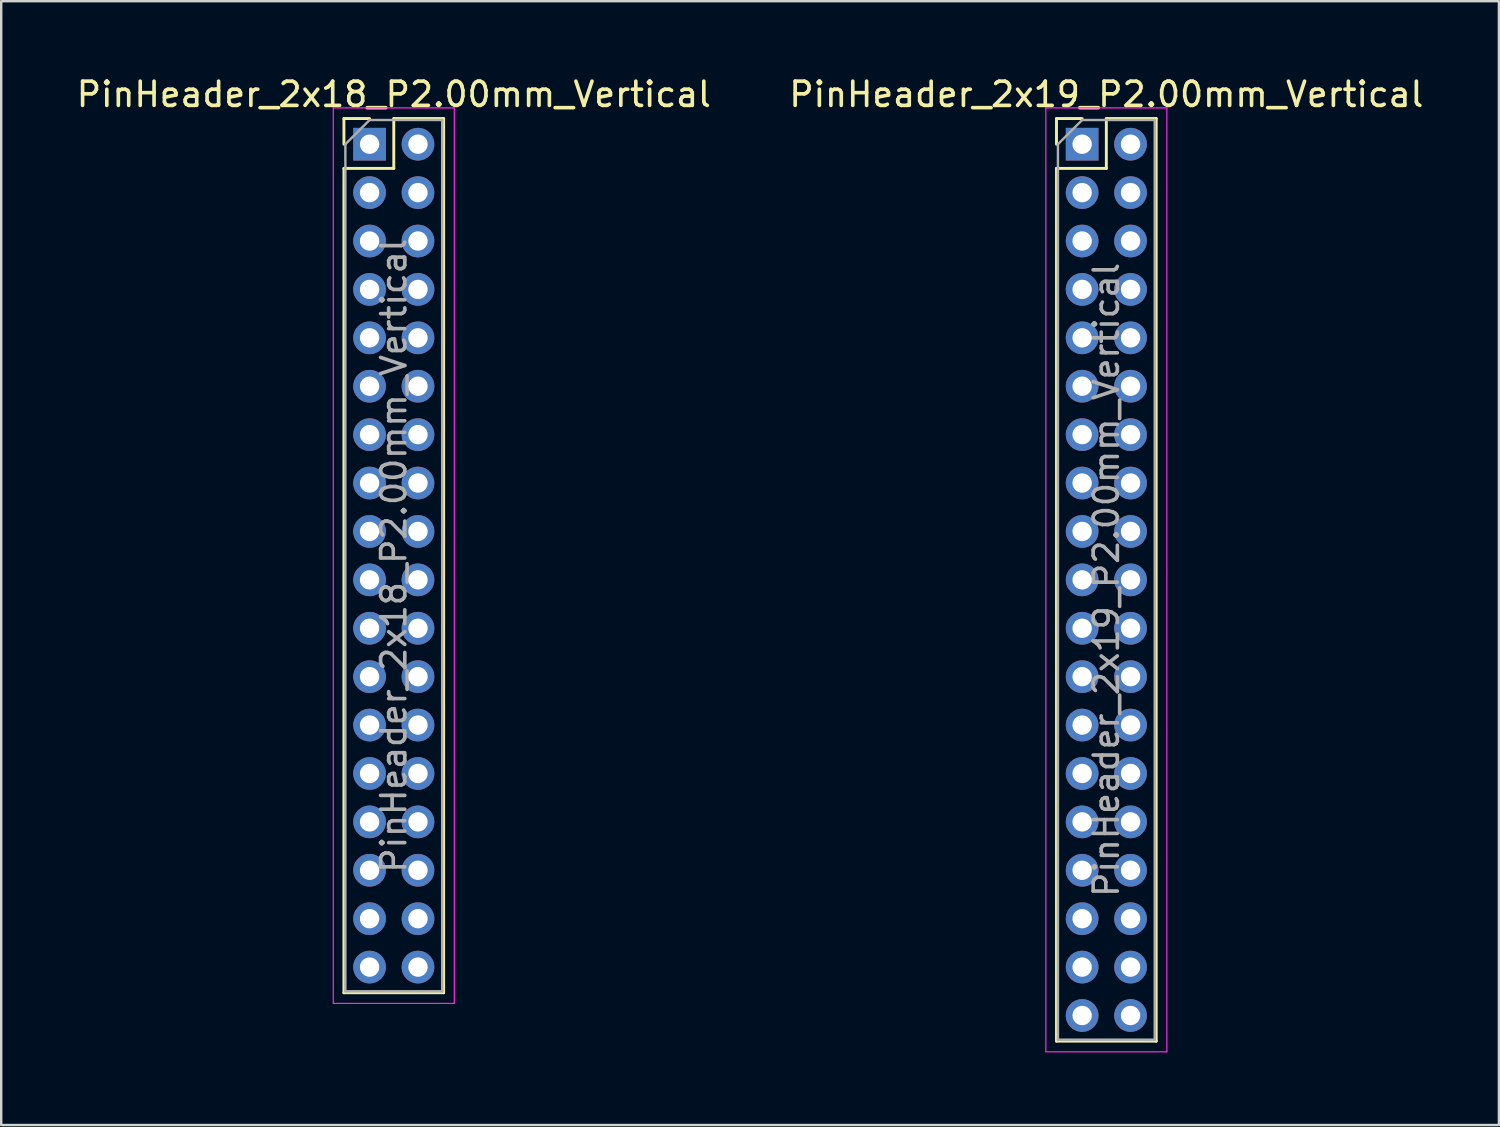
<source format=kicad_pcb>
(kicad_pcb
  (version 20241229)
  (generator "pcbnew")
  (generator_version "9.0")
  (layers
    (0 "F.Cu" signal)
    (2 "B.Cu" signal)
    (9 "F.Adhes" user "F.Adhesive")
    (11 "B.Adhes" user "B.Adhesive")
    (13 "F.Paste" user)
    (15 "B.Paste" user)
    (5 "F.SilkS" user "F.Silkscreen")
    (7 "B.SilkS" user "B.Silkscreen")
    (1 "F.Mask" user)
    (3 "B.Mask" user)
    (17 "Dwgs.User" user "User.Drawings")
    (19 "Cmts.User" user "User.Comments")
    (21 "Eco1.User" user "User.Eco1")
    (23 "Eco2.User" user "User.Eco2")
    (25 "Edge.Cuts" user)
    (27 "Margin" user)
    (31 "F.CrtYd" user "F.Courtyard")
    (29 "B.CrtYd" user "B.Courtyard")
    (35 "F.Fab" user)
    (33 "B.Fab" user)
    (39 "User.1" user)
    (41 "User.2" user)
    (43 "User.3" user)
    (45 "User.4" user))
  (footprint "PinHeader_2x18_P2.00mm_Vertical"
    (layer "F.Cu")
    (at 12.22 2.908)
    (property "Reference" "PinHeader_2x18_P2.00mm_Vertical" (at 1 -2.06 0) (layer "F.SilkS") (effects (font (size 1 1) (thickness 0.15))))
    (attr through_hole)
    (fp_line (start -1.06 -1.06) (end 0 -1.06) (stroke (width 0.12) (type solid)) (layer "F.SilkS"))
    (fp_line (start -1.06 0) (end -1.06 -1.06) (stroke (width 0.12) (type solid)) (layer "F.SilkS"))
    (fp_line (start -1.06 1) (end -1.06 35.06) (stroke (width 0.12) (type solid)) (layer "F.SilkS"))
    (fp_line (start -1.06 1) (end 1 1) (stroke (width 0.12) (type solid)) (layer "F.SilkS"))
    (fp_line (start -1.06 35.06) (end 3.06 35.06) (stroke (width 0.12) (type solid)) (layer "F.SilkS"))
    (fp_line (start 1 -1.06) (end 3.06 -1.06) (stroke (width 0.12) (type solid)) (layer "F.SilkS"))
    (fp_line (start 1 1) (end 1 -1.06) (stroke (width 0.12) (type solid)) (layer "F.SilkS"))
    (fp_line (start 3.06 -1.06) (end 3.06 35.06) (stroke (width 0.12) (type solid)) (layer "F.SilkS"))
    (fp_line (start -1.5 -1.5) (end -1.5 35.5) (stroke (width 0.05) (type solid)) (layer "F.CrtYd"))
    (fp_line (start -1.5 35.5) (end 3.5 35.5) (stroke (width 0.05) (type solid)) (layer "F.CrtYd"))
    (fp_line (start 3.5 -1.5) (end -1.5 -1.5) (stroke (width 0.05) (type solid)) (layer "F.CrtYd"))
    (fp_line (start 3.5 35.5) (end 3.5 -1.5) (stroke (width 0.05) (type solid)) (layer "F.CrtYd"))
    (fp_line (start -1 0) (end 0 -1) (stroke (width 0.1) (type solid)) (layer "F.Fab"))
    (fp_line (start -1 35) (end -1 0) (stroke (width 0.1) (type solid)) (layer "F.Fab"))
    (fp_line (start 0 -1) (end 3 -1) (stroke (width 0.1) (type solid)) (layer "F.Fab"))
    (fp_line (start 3 -1) (end 3 35) (stroke (width 0.1) (type solid)) (layer "F.Fab"))
    (fp_line (start 3 35) (end -1 35) (stroke (width 0.1) (type solid)) (layer "F.Fab"))
    (fp_text user "${REFERENCE}" (at 1 17 90) (layer "F.Fab") (effects (font (size 1 1) (thickness 0.15))))
    (pad "1" thru_hole rect (at 0 0) (size 1.35 1.35) (drill 0.8) (layers "*.Cu" "*.Mask"))
    (pad "2" thru_hole oval (at 2 0) (size 1.35 1.35) (drill 0.8) (layers "*.Cu" "*.Mask"))
    (pad "3" thru_hole oval (at 0 2) (size 1.35 1.35) (drill 0.8) (layers "*.Cu" "*.Mask"))
    (pad "4" thru_hole oval (at 2 2) (size 1.35 1.35) (drill 0.8) (layers "*.Cu" "*.Mask"))
    (pad "5" thru_hole oval (at 0 4) (size 1.35 1.35) (drill 0.8) (layers "*.Cu" "*.Mask"))
    (pad "6" thru_hole oval (at 2 4) (size 1.35 1.35) (drill 0.8) (layers "*.Cu" "*.Mask"))
    (pad "7" thru_hole oval (at 0 6) (size 1.35 1.35) (drill 0.8) (layers "*.Cu" "*.Mask"))
    (pad "8" thru_hole oval (at 2 6) (size 1.35 1.35) (drill 0.8) (layers "*.Cu" "*.Mask"))
    (pad "9" thru_hole oval (at 0 8) (size 1.35 1.35) (drill 0.8) (layers "*.Cu" "*.Mask"))
    (pad "10" thru_hole oval (at 2 8) (size 1.35 1.35) (drill 0.8) (layers "*.Cu" "*.Mask"))
    (pad "11" thru_hole oval (at 0 10) (size 1.35 1.35) (drill 0.8) (layers "*.Cu" "*.Mask"))
    (pad "12" thru_hole oval (at 2 10) (size 1.35 1.35) (drill 0.8) (layers "*.Cu" "*.Mask"))
    (pad "13" thru_hole oval (at 0 12) (size 1.35 1.35) (drill 0.8) (layers "*.Cu" "*.Mask"))
    (pad "14" thru_hole oval (at 2 12) (size 1.35 1.35) (drill 0.8) (layers "*.Cu" "*.Mask"))
    (pad "15" thru_hole oval (at 0 14) (size 1.35 1.35) (drill 0.8) (layers "*.Cu" "*.Mask"))
    (pad "16" thru_hole oval (at 2 14) (size 1.35 1.35) (drill 0.8) (layers "*.Cu" "*.Mask"))
    (pad "17" thru_hole oval (at 0 16) (size 1.35 1.35) (drill 0.8) (layers "*.Cu" "*.Mask"))
    (pad "18" thru_hole oval (at 2 16) (size 1.35 1.35) (drill 0.8) (layers "*.Cu" "*.Mask"))
    (pad "19" thru_hole oval (at 0 18) (size 1.35 1.35) (drill 0.8) (layers "*.Cu" "*.Mask"))
    (pad "20" thru_hole oval (at 2 18) (size 1.35 1.35) (drill 0.8) (layers "*.Cu" "*.Mask"))
    (pad "21" thru_hole oval (at 0 20) (size 1.35 1.35) (drill 0.8) (layers "*.Cu" "*.Mask"))
    (pad "22" thru_hole oval (at 2 20) (size 1.35 1.35) (drill 0.8) (layers "*.Cu" "*.Mask"))
    (pad "23" thru_hole oval (at 0 22) (size 1.35 1.35) (drill 0.8) (layers "*.Cu" "*.Mask"))
    (pad "24" thru_hole oval (at 2 22) (size 1.35 1.35) (drill 0.8) (layers "*.Cu" "*.Mask"))
    (pad "25" thru_hole oval (at 0 24) (size 1.35 1.35) (drill 0.8) (layers "*.Cu" "*.Mask"))
    (pad "26" thru_hole oval (at 2 24) (size 1.35 1.35) (drill 0.8) (layers "*.Cu" "*.Mask"))
    (pad "27" thru_hole oval (at 0 26) (size 1.35 1.35) (drill 0.8) (layers "*.Cu" "*.Mask"))
    (pad "28" thru_hole oval (at 2 26) (size 1.35 1.35) (drill 0.8) (layers "*.Cu" "*.Mask"))
    (pad "29" thru_hole oval (at 0 28) (size 1.35 1.35) (drill 0.8) (layers "*.Cu" "*.Mask"))
    (pad "30" thru_hole oval (at 2 28) (size 1.35 1.35) (drill 0.8) (layers "*.Cu" "*.Mask"))
    (pad "31" thru_hole oval (at 0 30) (size 1.35 1.35) (drill 0.8) (layers "*.Cu" "*.Mask"))
    (pad "32" thru_hole oval (at 2 30) (size 1.35 1.35) (drill 0.8) (layers "*.Cu" "*.Mask"))
    (pad "33" thru_hole oval (at 0 32) (size 1.35 1.35) (drill 0.8) (layers "*.Cu" "*.Mask"))
    (pad "34" thru_hole oval (at 2 32) (size 1.35 1.35) (drill 0.8) (layers "*.Cu" "*.Mask"))
    (pad "35" thru_hole oval (at 0 34) (size 1.35 1.35) (drill 0.8) (layers "*.Cu" "*.Mask"))
    (pad "36" thru_hole oval (at 2 34) (size 1.35 1.35) (drill 0.8) (layers "*.Cu" "*.Mask")))
  (footprint "PinHeader_2x19_P2.00mm_Vertical"
    (layer "F.Cu")
    (at 41.661 2.908)
    (property "Reference" "PinHeader_2x19_P2.00mm_Vertical" (at 1 -2.06 0) (layer "F.SilkS") (effects (font (size 1 1) (thickness 0.15))))
    (attr through_hole)
    (fp_line (start -1.06 -1.06) (end 0 -1.06) (stroke (width 0.12) (type solid)) (layer "F.SilkS"))
    (fp_line (start -1.06 0) (end -1.06 -1.06) (stroke (width 0.12) (type solid)) (layer "F.SilkS"))
    (fp_line (start -1.06 1) (end -1.06 37.06) (stroke (width 0.12) (type solid)) (layer "F.SilkS"))
    (fp_line (start -1.06 1) (end 1 1) (stroke (width 0.12) (type solid)) (layer "F.SilkS"))
    (fp_line (start -1.06 37.06) (end 3.06 37.06) (stroke (width 0.12) (type solid)) (layer "F.SilkS"))
    (fp_line (start 1 -1.06) (end 3.06 -1.06) (stroke (width 0.12) (type solid)) (layer "F.SilkS"))
    (fp_line (start 1 1) (end 1 -1.06) (stroke (width 0.12) (type solid)) (layer "F.SilkS"))
    (fp_line (start 3.06 -1.06) (end 3.06 37.06) (stroke (width 0.12) (type solid)) (layer "F.SilkS"))
    (fp_line (start -1.5 -1.5) (end -1.5 37.5) (stroke (width 0.05) (type solid)) (layer "F.CrtYd"))
    (fp_line (start -1.5 37.5) (end 3.5 37.5) (stroke (width 0.05) (type solid)) (layer "F.CrtYd"))
    (fp_line (start 3.5 -1.5) (end -1.5 -1.5) (stroke (width 0.05) (type solid)) (layer "F.CrtYd"))
    (fp_line (start 3.5 37.5) (end 3.5 -1.5) (stroke (width 0.05) (type solid)) (layer "F.CrtYd"))
    (fp_line (start -1 0) (end 0 -1) (stroke (width 0.1) (type solid)) (layer "F.Fab"))
    (fp_line (start -1 37) (end -1 0) (stroke (width 0.1) (type solid)) (layer "F.Fab"))
    (fp_line (start 0 -1) (end 3 -1) (stroke (width 0.1) (type solid)) (layer "F.Fab"))
    (fp_line (start 3 -1) (end 3 37) (stroke (width 0.1) (type solid)) (layer "F.Fab"))
    (fp_line (start 3 37) (end -1 37) (stroke (width 0.1) (type solid)) (layer "F.Fab"))
    (fp_text user "${REFERENCE}" (at 1 18 90) (layer "F.Fab") (effects (font (size 1 1) (thickness 0.15))))
    (pad "1" thru_hole rect (at 0 0) (size 1.35 1.35) (drill 0.8) (layers "*.Cu" "*.Mask"))
    (pad "2" thru_hole oval (at 2 0) (size 1.35 1.35) (drill 0.8) (layers "*.Cu" "*.Mask"))
    (pad "3" thru_hole oval (at 0 2) (size 1.35 1.35) (drill 0.8) (layers "*.Cu" "*.Mask"))
    (pad "4" thru_hole oval (at 2 2) (size 1.35 1.35) (drill 0.8) (layers "*.Cu" "*.Mask"))
    (pad "5" thru_hole oval (at 0 4) (size 1.35 1.35) (drill 0.8) (layers "*.Cu" "*.Mask"))
    (pad "6" thru_hole oval (at 2 4) (size 1.35 1.35) (drill 0.8) (layers "*.Cu" "*.Mask"))
    (pad "7" thru_hole oval (at 0 6) (size 1.35 1.35) (drill 0.8) (layers "*.Cu" "*.Mask"))
    (pad "8" thru_hole oval (at 2 6) (size 1.35 1.35) (drill 0.8) (layers "*.Cu" "*.Mask"))
    (pad "9" thru_hole oval (at 0 8) (size 1.35 1.35) (drill 0.8) (layers "*.Cu" "*.Mask"))
    (pad "10" thru_hole oval (at 2 8) (size 1.35 1.35) (drill 0.8) (layers "*.Cu" "*.Mask"))
    (pad "11" thru_hole oval (at 0 10) (size 1.35 1.35) (drill 0.8) (layers "*.Cu" "*.Mask"))
    (pad "12" thru_hole oval (at 2 10) (size 1.35 1.35) (drill 0.8) (layers "*.Cu" "*.Mask"))
    (pad "13" thru_hole oval (at 0 12) (size 1.35 1.35) (drill 0.8) (layers "*.Cu" "*.Mask"))
    (pad "14" thru_hole oval (at 2 12) (size 1.35 1.35) (drill 0.8) (layers "*.Cu" "*.Mask"))
    (pad "15" thru_hole oval (at 0 14) (size 1.35 1.35) (drill 0.8) (layers "*.Cu" "*.Mask"))
    (pad "16" thru_hole oval (at 2 14) (size 1.35 1.35) (drill 0.8) (layers "*.Cu" "*.Mask"))
    (pad "17" thru_hole oval (at 0 16) (size 1.35 1.35) (drill 0.8) (layers "*.Cu" "*.Mask"))
    (pad "18" thru_hole oval (at 2 16) (size 1.35 1.35) (drill 0.8) (layers "*.Cu" "*.Mask"))
    (pad "19" thru_hole oval (at 0 18) (size 1.35 1.35) (drill 0.8) (layers "*.Cu" "*.Mask"))
    (pad "20" thru_hole oval (at 2 18) (size 1.35 1.35) (drill 0.8) (layers "*.Cu" "*.Mask"))
    (pad "21" thru_hole oval (at 0 20) (size 1.35 1.35) (drill 0.8) (layers "*.Cu" "*.Mask"))
    (pad "22" thru_hole oval (at 2 20) (size 1.35 1.35) (drill 0.8) (layers "*.Cu" "*.Mask"))
    (pad "23" thru_hole oval (at 0 22) (size 1.35 1.35) (drill 0.8) (layers "*.Cu" "*.Mask"))
    (pad "24" thru_hole oval (at 2 22) (size 1.35 1.35) (drill 0.8) (layers "*.Cu" "*.Mask"))
    (pad "25" thru_hole oval (at 0 24) (size 1.35 1.35) (drill 0.8) (layers "*.Cu" "*.Mask"))
    (pad "26" thru_hole oval (at 2 24) (size 1.35 1.35) (drill 0.8) (layers "*.Cu" "*.Mask"))
    (pad "27" thru_hole oval (at 0 26) (size 1.35 1.35) (drill 0.8) (layers "*.Cu" "*.Mask"))
    (pad "28" thru_hole oval (at 2 26) (size 1.35 1.35) (drill 0.8) (layers "*.Cu" "*.Mask"))
    (pad "29" thru_hole oval (at 0 28) (size 1.35 1.35) (drill 0.8) (layers "*.Cu" "*.Mask"))
    (pad "30" thru_hole oval (at 2 28) (size 1.35 1.35) (drill 0.8) (layers "*.Cu" "*.Mask"))
    (pad "31" thru_hole oval (at 0 30) (size 1.35 1.35) (drill 0.8) (layers "*.Cu" "*.Mask"))
    (pad "32" thru_hole oval (at 2 30) (size 1.35 1.35) (drill 0.8) (layers "*.Cu" "*.Mask"))
    (pad "33" thru_hole oval (at 0 32) (size 1.35 1.35) (drill 0.8) (layers "*.Cu" "*.Mask"))
    (pad "34" thru_hole oval (at 2 32) (size 1.35 1.35) (drill 0.8) (layers "*.Cu" "*.Mask"))
    (pad "35" thru_hole oval (at 0 34) (size 1.35 1.35) (drill 0.8) (layers "*.Cu" "*.Mask"))
    (pad "36" thru_hole oval (at 2 34) (size 1.35 1.35) (drill 0.8) (layers "*.Cu" "*.Mask"))
    (pad "37" thru_hole oval (at 0 36) (size 1.35 1.35) (drill 0.8) (layers "*.Cu" "*.Mask"))
    (pad "38" thru_hole oval (at 2 36) (size 1.35 1.35) (drill 0.8) (layers "*.Cu" "*.Mask")))
  (gr_rect
    (start -3 -3)
    (end 58.881 43.433)
    (stroke (width 0.1) (type default))
    (fill no)
    (layer "Edge.Cuts")))
</source>
